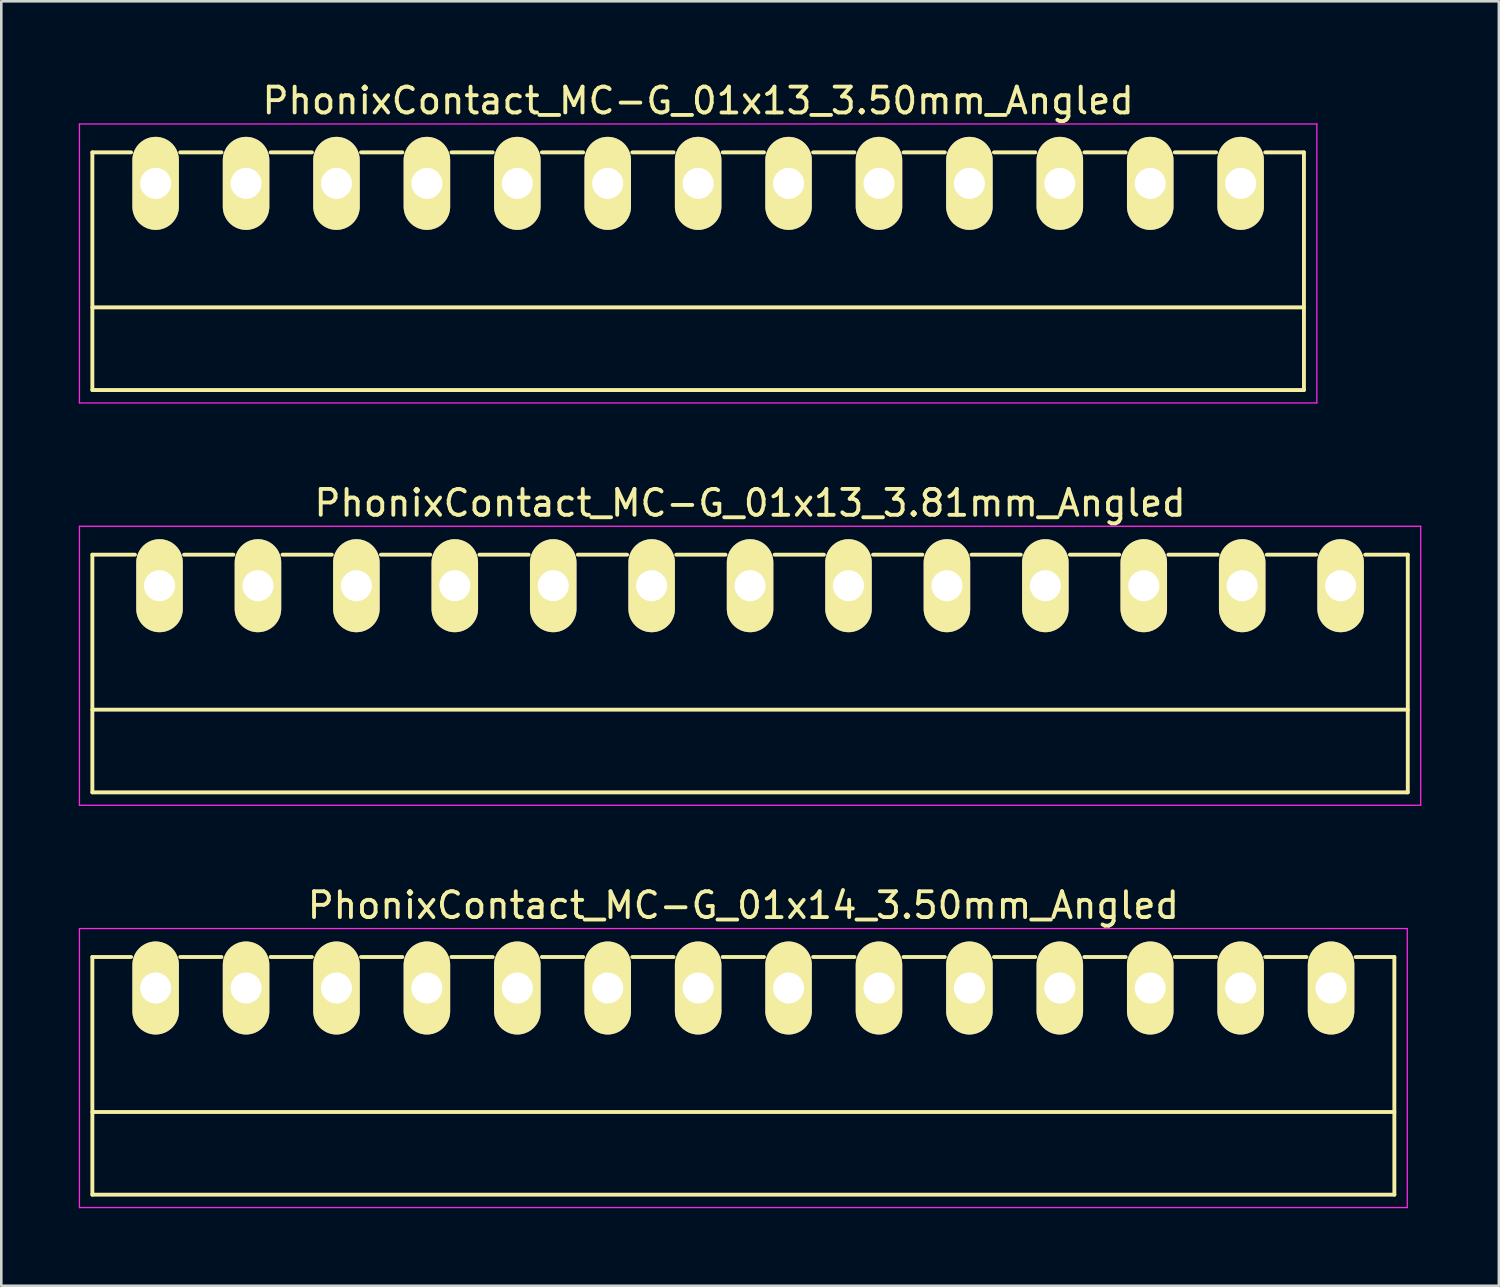
<source format=kicad_pcb>
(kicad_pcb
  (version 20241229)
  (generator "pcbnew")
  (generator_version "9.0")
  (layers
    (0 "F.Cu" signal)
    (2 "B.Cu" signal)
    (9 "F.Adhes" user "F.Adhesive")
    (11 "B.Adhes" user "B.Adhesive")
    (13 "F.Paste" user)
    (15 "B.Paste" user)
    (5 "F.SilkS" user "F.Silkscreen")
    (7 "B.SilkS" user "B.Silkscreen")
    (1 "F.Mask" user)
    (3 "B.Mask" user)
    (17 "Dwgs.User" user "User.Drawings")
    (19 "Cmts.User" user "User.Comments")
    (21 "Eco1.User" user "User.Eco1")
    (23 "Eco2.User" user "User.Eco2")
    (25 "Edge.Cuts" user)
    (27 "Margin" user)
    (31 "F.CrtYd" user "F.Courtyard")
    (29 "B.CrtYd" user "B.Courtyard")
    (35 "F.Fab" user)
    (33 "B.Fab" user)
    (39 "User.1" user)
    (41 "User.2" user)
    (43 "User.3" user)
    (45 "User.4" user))
  (footprint "PhonixContact_MC-G_01x13_3.50mm_Angled"
    (layer "F.Cu")
    (at 2.975 4.048)
    (property "Reference" "PhonixContact_MC-G_01x13_3.50mm_Angled" (at 21 -3.2 0) (layer "F.SilkS") (effects (font (size 1 1) (thickness 0.15))))
    (attr through_hole)
    (fp_line (start -2.45 -1.2) (end -2.45 8) (stroke (width 0.15) (type solid)) (layer "F.SilkS"))
    (fp_line (start -2.45 -1.2) (end -0.95 -1.2) (stroke (width 0.15) (type solid)) (layer "F.SilkS"))
    (fp_line (start -2.45 4.8) (end 44.45 4.8) (stroke (width 0.15) (type solid)) (layer "F.SilkS"))
    (fp_line (start -2.45 8) (end 44.45 8) (stroke (width 0.15) (type solid)) (layer "F.SilkS"))
    (fp_line (start 0.95 -1.2) (end 2.55 -1.2) (stroke (width 0.15) (type solid)) (layer "F.SilkS"))
    (fp_line (start 4.45 -1.2) (end 6.05 -1.2) (stroke (width 0.15) (type solid)) (layer "F.SilkS"))
    (fp_line (start 7.95 -1.2) (end 9.55 -1.2) (stroke (width 0.15) (type solid)) (layer "F.SilkS"))
    (fp_line (start 11.45 -1.2) (end 13.05 -1.2) (stroke (width 0.15) (type solid)) (layer "F.SilkS"))
    (fp_line (start 14.95 -1.2) (end 16.55 -1.2) (stroke (width 0.15) (type solid)) (layer "F.SilkS"))
    (fp_line (start 18.45 -1.2) (end 20.05 -1.2) (stroke (width 0.15) (type solid)) (layer "F.SilkS"))
    (fp_line (start 21.95 -1.2) (end 23.55 -1.2) (stroke (width 0.15) (type solid)) (layer "F.SilkS"))
    (fp_line (start 25.45 -1.2) (end 27.05 -1.2) (stroke (width 0.15) (type solid)) (layer "F.SilkS"))
    (fp_line (start 28.95 -1.2) (end 30.55 -1.2) (stroke (width 0.15) (type solid)) (layer "F.SilkS"))
    (fp_line (start 32.45 -1.2) (end 34.05 -1.2) (stroke (width 0.15) (type solid)) (layer "F.SilkS"))
    (fp_line (start 35.95 -1.2) (end 37.55 -1.2) (stroke (width 0.15) (type solid)) (layer "F.SilkS"))
    (fp_line (start 39.45 -1.2) (end 41.05 -1.2) (stroke (width 0.15) (type solid)) (layer "F.SilkS"))
    (fp_line (start 44.45 -1.2) (end 42.95 -1.2) (stroke (width 0.15) (type solid)) (layer "F.SilkS"))
    (fp_line (start 44.45 8) (end 44.45 -1.2) (stroke (width 0.15) (type solid)) (layer "F.SilkS"))
    (fp_line (start -2.95 -2.3) (end -2.95 8.5) (stroke (width 0.05) (type solid)) (layer "F.CrtYd"))
    (fp_line (start -2.95 8.5) (end 44.95 8.5) (stroke (width 0.05) (type solid)) (layer "F.CrtYd"))
    (fp_line (start 44.95 -2.3) (end -2.95 -2.3) (stroke (width 0.05) (type solid)) (layer "F.CrtYd"))
    (fp_line (start 44.95 8.5) (end 44.95 -2.3) (stroke (width 0.05) (type solid)) (layer "F.CrtYd"))
    (pad "1" thru_hole oval (at 0 0) (size 1.8 3.6) (drill 1.2) (layers "*.Cu" "*.Mask" "F.SilkS"))
    (pad "2" thru_hole oval (at 3.5 0) (size 1.8 3.6) (drill 1.2) (layers "*.Cu" "*.Mask" "F.SilkS"))
    (pad "3" thru_hole oval (at 7 0) (size 1.8 3.6) (drill 1.2) (layers "*.Cu" "*.Mask" "F.SilkS"))
    (pad "4" thru_hole oval (at 10.5 0) (size 1.8 3.6) (drill 1.2) (layers "*.Cu" "*.Mask" "F.SilkS"))
    (pad "5" thru_hole oval (at 14 0) (size 1.8 3.6) (drill 1.2) (layers "*.Cu" "*.Mask" "F.SilkS"))
    (pad "6" thru_hole oval (at 17.5 0) (size 1.8 3.6) (drill 1.2) (layers "*.Cu" "*.Mask" "F.SilkS"))
    (pad "7" thru_hole oval (at 21 0) (size 1.8 3.6) (drill 1.2) (layers "*.Cu" "*.Mask" "F.SilkS"))
    (pad "8" thru_hole oval (at 24.5 0) (size 1.8 3.6) (drill 1.2) (layers "*.Cu" "*.Mask" "F.SilkS"))
    (pad "9" thru_hole oval (at 28 0) (size 1.8 3.6) (drill 1.2) (layers "*.Cu" "*.Mask" "F.SilkS"))
    (pad "10" thru_hole oval (at 31.5 0) (size 1.8 3.6) (drill 1.2) (layers "*.Cu" "*.Mask" "F.SilkS"))
    (pad "11" thru_hole oval (at 35 0) (size 1.8 3.6) (drill 1.2) (layers "*.Cu" "*.Mask" "F.SilkS"))
    (pad "12" thru_hole oval (at 38.5 0) (size 1.8 3.6) (drill 1.2) (layers "*.Cu" "*.Mask" "F.SilkS"))
    (pad "13" thru_hole oval (at 42 0) (size 1.8 3.6) (drill 1.2) (layers "*.Cu" "*.Mask" "F.SilkS")))
  (footprint "PhonixContact_MC-G_01x14_3.50mm_Angled"
    (layer "F.Cu")
    (at 2.975 35.195)
    (property "Reference" "PhonixContact_MC-G_01x14_3.50mm_Angled" (at 22.75 -3.2 0) (layer "F.SilkS") (effects (font (size 1 1) (thickness 0.15))))
    (attr through_hole)
    (fp_line (start -2.45 -1.2) (end -2.45 8) (stroke (width 0.15) (type solid)) (layer "F.SilkS"))
    (fp_line (start -2.45 -1.2) (end -0.95 -1.2) (stroke (width 0.15) (type solid)) (layer "F.SilkS"))
    (fp_line (start -2.45 4.8) (end 47.95 4.8) (stroke (width 0.15) (type solid)) (layer "F.SilkS"))
    (fp_line (start -2.45 8) (end 47.95 8) (stroke (width 0.15) (type solid)) (layer "F.SilkS"))
    (fp_line (start 0.95 -1.2) (end 2.55 -1.2) (stroke (width 0.15) (type solid)) (layer "F.SilkS"))
    (fp_line (start 4.45 -1.2) (end 6.05 -1.2) (stroke (width 0.15) (type solid)) (layer "F.SilkS"))
    (fp_line (start 7.95 -1.2) (end 9.55 -1.2) (stroke (width 0.15) (type solid)) (layer "F.SilkS"))
    (fp_line (start 11.45 -1.2) (end 13.05 -1.2) (stroke (width 0.15) (type solid)) (layer "F.SilkS"))
    (fp_line (start 14.95 -1.2) (end 16.55 -1.2) (stroke (width 0.15) (type solid)) (layer "F.SilkS"))
    (fp_line (start 18.45 -1.2) (end 20.05 -1.2) (stroke (width 0.15) (type solid)) (layer "F.SilkS"))
    (fp_line (start 21.95 -1.2) (end 23.55 -1.2) (stroke (width 0.15) (type solid)) (layer "F.SilkS"))
    (fp_line (start 25.45 -1.2) (end 27.05 -1.2) (stroke (width 0.15) (type solid)) (layer "F.SilkS"))
    (fp_line (start 28.95 -1.2) (end 30.55 -1.2) (stroke (width 0.15) (type solid)) (layer "F.SilkS"))
    (fp_line (start 32.45 -1.2) (end 34.05 -1.2) (stroke (width 0.15) (type solid)) (layer "F.SilkS"))
    (fp_line (start 35.95 -1.2) (end 37.55 -1.2) (stroke (width 0.15) (type solid)) (layer "F.SilkS"))
    (fp_line (start 39.45 -1.2) (end 41.05 -1.2) (stroke (width 0.15) (type solid)) (layer "F.SilkS"))
    (fp_line (start 42.95 -1.2) (end 44.55 -1.2) (stroke (width 0.15) (type solid)) (layer "F.SilkS"))
    (fp_line (start 47.95 -1.2) (end 46.45 -1.2) (stroke (width 0.15) (type solid)) (layer "F.SilkS"))
    (fp_line (start 47.95 8) (end 47.95 -1.2) (stroke (width 0.15) (type solid)) (layer "F.SilkS"))
    (fp_line (start -2.95 -2.3) (end -2.95 8.5) (stroke (width 0.05) (type solid)) (layer "F.CrtYd"))
    (fp_line (start -2.95 8.5) (end 48.45 8.5) (stroke (width 0.05) (type solid)) (layer "F.CrtYd"))
    (fp_line (start 48.45 -2.3) (end -2.95 -2.3) (stroke (width 0.05) (type solid)) (layer "F.CrtYd"))
    (fp_line (start 48.45 8.5) (end 48.45 -2.3) (stroke (width 0.05) (type solid)) (layer "F.CrtYd"))
    (pad "1" thru_hole oval (at 0 0) (size 1.8 3.6) (drill 1.2) (layers "*.Cu" "*.Mask" "F.SilkS"))
    (pad "2" thru_hole oval (at 3.5 0) (size 1.8 3.6) (drill 1.2) (layers "*.Cu" "*.Mask" "F.SilkS"))
    (pad "3" thru_hole oval (at 7 0) (size 1.8 3.6) (drill 1.2) (layers "*.Cu" "*.Mask" "F.SilkS"))
    (pad "4" thru_hole oval (at 10.5 0) (size 1.8 3.6) (drill 1.2) (layers "*.Cu" "*.Mask" "F.SilkS"))
    (pad "5" thru_hole oval (at 14 0) (size 1.8 3.6) (drill 1.2) (layers "*.Cu" "*.Mask" "F.SilkS"))
    (pad "6" thru_hole oval (at 17.5 0) (size 1.8 3.6) (drill 1.2) (layers "*.Cu" "*.Mask" "F.SilkS"))
    (pad "7" thru_hole oval (at 21 0) (size 1.8 3.6) (drill 1.2) (layers "*.Cu" "*.Mask" "F.SilkS"))
    (pad "8" thru_hole oval (at 24.5 0) (size 1.8 3.6) (drill 1.2) (layers "*.Cu" "*.Mask" "F.SilkS"))
    (pad "9" thru_hole oval (at 28 0) (size 1.8 3.6) (drill 1.2) (layers "*.Cu" "*.Mask" "F.SilkS"))
    (pad "10" thru_hole oval (at 31.5 0) (size 1.8 3.6) (drill 1.2) (layers "*.Cu" "*.Mask" "F.SilkS"))
    (pad "11" thru_hole oval (at 35 0) (size 1.8 3.6) (drill 1.2) (layers "*.Cu" "*.Mask" "F.SilkS"))
    (pad "12" thru_hole oval (at 38.5 0) (size 1.8 3.6) (drill 1.2) (layers "*.Cu" "*.Mask" "F.SilkS"))
    (pad "13" thru_hole oval (at 42 0) (size 1.8 3.6) (drill 1.2) (layers "*.Cu" "*.Mask" "F.SilkS"))
    (pad "14" thru_hole oval (at 45.5 0) (size 1.8 3.6) (drill 1.2) (layers "*.Cu" "*.Mask" "F.SilkS")))
  (footprint "PhonixContact_MC-G_01x13_3.81mm_Angled"
    (layer "F.Cu")
    (at 3.125 19.622)
    (property "Reference" "PhonixContact_MC-G_01x13_3.81mm_Angled" (at 22.86 -3.2 0) (layer "F.SilkS") (effects (font (size 1 1) (thickness 0.15))))
    (attr through_hole)
    (fp_line (start -2.6 -1.2) (end -2.6 8) (stroke (width 0.15) (type solid)) (layer "F.SilkS"))
    (fp_line (start -2.6 -1.2) (end -0.95 -1.2) (stroke (width 0.15) (type solid)) (layer "F.SilkS"))
    (fp_line (start -2.6 4.8) (end 48.32 4.8) (stroke (width 0.15) (type solid)) (layer "F.SilkS"))
    (fp_line (start -2.6 8) (end 48.32 8) (stroke (width 0.15) (type solid)) (layer "F.SilkS"))
    (fp_line (start 0.95 -1.2) (end 2.86 -1.2) (stroke (width 0.15) (type solid)) (layer "F.SilkS"))
    (fp_line (start 4.76 -1.2) (end 6.67 -1.2) (stroke (width 0.15) (type solid)) (layer "F.SilkS"))
    (fp_line (start 8.57 -1.2) (end 10.48 -1.2) (stroke (width 0.15) (type solid)) (layer "F.SilkS"))
    (fp_line (start 12.38 -1.2) (end 14.29 -1.2) (stroke (width 0.15) (type solid)) (layer "F.SilkS"))
    (fp_line (start 16.19 -1.2) (end 18.1 -1.2) (stroke (width 0.15) (type solid)) (layer "F.SilkS"))
    (fp_line (start 20 -1.2) (end 21.91 -1.2) (stroke (width 0.15) (type solid)) (layer "F.SilkS"))
    (fp_line (start 23.81 -1.2) (end 25.72 -1.2) (stroke (width 0.15) (type solid)) (layer "F.SilkS"))
    (fp_line (start 27.62 -1.2) (end 29.53 -1.2) (stroke (width 0.15) (type solid)) (layer "F.SilkS"))
    (fp_line (start 31.43 -1.2) (end 33.34 -1.2) (stroke (width 0.15) (type solid)) (layer "F.SilkS"))
    (fp_line (start 35.24 -1.2) (end 37.15 -1.2) (stroke (width 0.15) (type solid)) (layer "F.SilkS"))
    (fp_line (start 39.05 -1.2) (end 40.96 -1.2) (stroke (width 0.15) (type solid)) (layer "F.SilkS"))
    (fp_line (start 42.86 -1.2) (end 44.77 -1.2) (stroke (width 0.15) (type solid)) (layer "F.SilkS"))
    (fp_line (start 48.32 -1.2) (end 46.67 -1.2) (stroke (width 0.15) (type solid)) (layer "F.SilkS"))
    (fp_line (start 48.32 8) (end 48.32 -1.2) (stroke (width 0.15) (type solid)) (layer "F.SilkS"))
    (fp_line (start -3.1 -2.3) (end -3.1 8.5) (stroke (width 0.05) (type solid)) (layer "F.CrtYd"))
    (fp_line (start -3.1 8.5) (end 48.82 8.5) (stroke (width 0.05) (type solid)) (layer "F.CrtYd"))
    (fp_line (start 48.82 -2.3) (end -3.1 -2.3) (stroke (width 0.05) (type solid)) (layer "F.CrtYd"))
    (fp_line (start 48.82 8.5) (end 48.82 -2.3) (stroke (width 0.05) (type solid)) (layer "F.CrtYd"))
    (pad "1" thru_hole oval (at 0 0) (size 1.8 3.6) (drill 1.2) (layers "*.Cu" "*.Mask" "F.SilkS"))
    (pad "2" thru_hole oval (at 3.81 0) (size 1.8 3.6) (drill 1.2) (layers "*.Cu" "*.Mask" "F.SilkS"))
    (pad "3" thru_hole oval (at 7.62 0) (size 1.8 3.6) (drill 1.2) (layers "*.Cu" "*.Mask" "F.SilkS"))
    (pad "4" thru_hole oval (at 11.43 0) (size 1.8 3.6) (drill 1.2) (layers "*.Cu" "*.Mask" "F.SilkS"))
    (pad "5" thru_hole oval (at 15.24 0) (size 1.8 3.6) (drill 1.2) (layers "*.Cu" "*.Mask" "F.SilkS"))
    (pad "6" thru_hole oval (at 19.05 0) (size 1.8 3.6) (drill 1.2) (layers "*.Cu" "*.Mask" "F.SilkS"))
    (pad "7" thru_hole oval (at 22.86 0) (size 1.8 3.6) (drill 1.2) (layers "*.Cu" "*.Mask" "F.SilkS"))
    (pad "8" thru_hole oval (at 26.67 0) (size 1.8 3.6) (drill 1.2) (layers "*.Cu" "*.Mask" "F.SilkS"))
    (pad "9" thru_hole oval (at 30.48 0) (size 1.8 3.6) (drill 1.2) (layers "*.Cu" "*.Mask" "F.SilkS"))
    (pad "10" thru_hole oval (at 34.29 0) (size 1.8 3.6) (drill 1.2) (layers "*.Cu" "*.Mask" "F.SilkS"))
    (pad "11" thru_hole oval (at 38.1 0) (size 1.8 3.6) (drill 1.2) (layers "*.Cu" "*.Mask" "F.SilkS"))
    (pad "12" thru_hole oval (at 41.91 0) (size 1.8 3.6) (drill 1.2) (layers "*.Cu" "*.Mask" "F.SilkS"))
    (pad "13" thru_hole oval (at 45.72 0) (size 1.8 3.6) (drill 1.2) (layers "*.Cu" "*.Mask" "F.SilkS")))
  (gr_rect
    (start -3 -3)
    (end 54.97 46.72)
    (stroke (width 0.1) (type default))
    (fill no)
    (layer "Edge.Cuts")))
</source>
